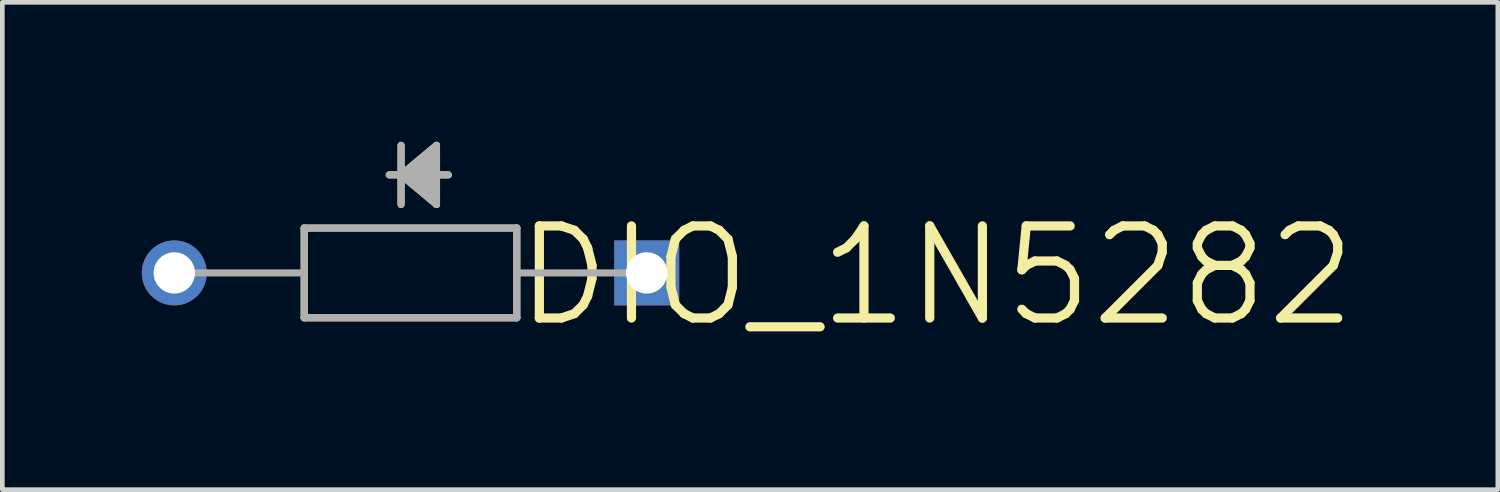
<source format=kicad_pcb>
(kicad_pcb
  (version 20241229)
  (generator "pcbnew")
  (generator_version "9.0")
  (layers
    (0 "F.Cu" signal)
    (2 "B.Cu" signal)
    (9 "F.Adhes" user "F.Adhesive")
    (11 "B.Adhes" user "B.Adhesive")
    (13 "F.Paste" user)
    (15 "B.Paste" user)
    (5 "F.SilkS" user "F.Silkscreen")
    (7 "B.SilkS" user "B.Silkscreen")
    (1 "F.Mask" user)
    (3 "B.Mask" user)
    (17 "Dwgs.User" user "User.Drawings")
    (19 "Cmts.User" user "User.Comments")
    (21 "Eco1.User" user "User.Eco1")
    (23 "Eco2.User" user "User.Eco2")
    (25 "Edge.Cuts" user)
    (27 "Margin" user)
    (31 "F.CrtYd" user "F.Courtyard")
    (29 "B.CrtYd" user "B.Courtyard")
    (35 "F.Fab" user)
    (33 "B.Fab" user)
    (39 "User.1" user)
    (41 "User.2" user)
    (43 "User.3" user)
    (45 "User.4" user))
  (footprint "DIO_1N5282"
    (layer "F.Cu")
    (at 10.858 2.819)
    (property "Reference" "DIO_1N5282" (at -2.911 1.223 180) (layer "F.SilkS") (effects (font (size 1.981 1.981) (thickness 0.198)) (justify left bottom)))
    (attr through_hole)
    (fp_line (start -7.366 -0.965) (end -7.366 0.965) (stroke (width 0.152) (type solid)) (layer "F.SilkS"))
    (fp_line (start -7.366 0.965) (end -2.794 0.965) (stroke (width 0.152) (type solid)) (layer "F.SilkS"))
    (fp_line (start -5.283 -2.743) (end -5.283 -2.108) (stroke (width 0.152) (type solid)) (layer "F.SilkS"))
    (fp_line (start -5.283 -2.108) (end -5.537 -2.108) (stroke (width 0.152) (type solid)) (layer "F.SilkS"))
    (fp_line (start -5.283 -2.108) (end -5.283 -1.473) (stroke (width 0.152) (type solid)) (layer "F.SilkS"))
    (fp_line (start -5.283 -2.108) (end -4.521 -2.743) (stroke (width 0.152) (type solid)) (layer "F.SilkS"))
    (fp_line (start -5.283 -2.108) (end -4.521 -2.616) (stroke (width 0.152) (type solid)) (layer "F.SilkS"))
    (fp_line (start -5.283 -2.108) (end -4.521 -2.489) (stroke (width 0.152) (type solid)) (layer "F.SilkS"))
    (fp_line (start -5.283 -2.108) (end -4.521 -2.362) (stroke (width 0.152) (type solid)) (layer "F.SilkS"))
    (fp_line (start -5.283 -2.108) (end -4.521 -2.235) (stroke (width 0.152) (type solid)) (layer "F.SilkS"))
    (fp_line (start -5.283 -2.108) (end -4.521 -1.981) (stroke (width 0.152) (type solid)) (layer "F.SilkS"))
    (fp_line (start -5.283 -2.108) (end -4.521 -1.854) (stroke (width 0.152) (type solid)) (layer "F.SilkS"))
    (fp_line (start -5.283 -2.108) (end -4.521 -1.727) (stroke (width 0.152) (type solid)) (layer "F.SilkS"))
    (fp_line (start -5.283 -2.108) (end -4.521 -1.6) (stroke (width 0.152) (type solid)) (layer "F.SilkS"))
    (fp_line (start -5.283 -2.108) (end -4.521 -1.473) (stroke (width 0.152) (type solid)) (layer "F.SilkS"))
    (fp_line (start -4.521 -2.743) (end -4.521 -1.473) (stroke (width 0.152) (type solid)) (layer "F.SilkS"))
    (fp_line (start -4.267 -2.108) (end -5.283 -2.108) (stroke (width 0.152) (type solid)) (layer "F.SilkS"))
    (fp_line (start -2.794 -0.965) (end -7.366 -0.965) (stroke (width 0.152) (type solid)) (layer "F.SilkS"))
    (fp_line (start -2.794 0.965) (end -2.794 -0.965) (stroke (width 0.152) (type solid)) (layer "F.SilkS"))
    (fp_line (start -10.16 0) (end -7.366 0) (stroke (width 0.152) (type solid)) (layer "F.Fab"))
    (fp_line (start -7.366 -0.965) (end -7.366 0.965) (stroke (width 0.152) (type solid)) (layer "F.Fab"))
    (fp_line (start -7.366 0.965) (end -2.794 0.965) (stroke (width 0.152) (type solid)) (layer "F.Fab"))
    (fp_line (start -5.283 -2.743) (end -5.283 -2.108) (stroke (width 0.152) (type solid)) (layer "F.Fab"))
    (fp_line (start -5.283 -2.108) (end -5.537 -2.108) (stroke (width 0.152) (type solid)) (layer "F.Fab"))
    (fp_line (start -5.283 -2.108) (end -5.283 -1.473) (stroke (width 0.152) (type solid)) (layer "F.Fab"))
    (fp_line (start -5.283 -2.108) (end -4.521 -2.743) (stroke (width 0.152) (type solid)) (layer "F.Fab"))
    (fp_line (start -5.283 -2.108) (end -4.521 -2.616) (stroke (width 0.152) (type solid)) (layer "F.Fab"))
    (fp_line (start -5.283 -2.108) (end -4.521 -2.489) (stroke (width 0.152) (type solid)) (layer "F.Fab"))
    (fp_line (start -5.283 -2.108) (end -4.521 -2.362) (stroke (width 0.152) (type solid)) (layer "F.Fab"))
    (fp_line (start -5.283 -2.108) (end -4.521 -2.235) (stroke (width 0.152) (type solid)) (layer "F.Fab"))
    (fp_line (start -5.283 -2.108) (end -4.521 -1.981) (stroke (width 0.152) (type solid)) (layer "F.Fab"))
    (fp_line (start -5.283 -2.108) (end -4.521 -1.854) (stroke (width 0.152) (type solid)) (layer "F.Fab"))
    (fp_line (start -5.283 -2.108) (end -4.521 -1.727) (stroke (width 0.152) (type solid)) (layer "F.Fab"))
    (fp_line (start -5.283 -2.108) (end -4.521 -1.6) (stroke (width 0.152) (type solid)) (layer "F.Fab"))
    (fp_line (start -5.283 -2.108) (end -4.521 -1.473) (stroke (width 0.152) (type solid)) (layer "F.Fab"))
    (fp_line (start -4.521 -2.743) (end -4.521 -1.473) (stroke (width 0.152) (type solid)) (layer "F.Fab"))
    (fp_line (start -4.267 -2.108) (end -5.283 -2.108) (stroke (width 0.152) (type solid)) (layer "F.Fab"))
    (fp_line (start -2.794 -0.965) (end -7.366 -0.965) (stroke (width 0.152) (type solid)) (layer "F.Fab"))
    (fp_line (start -2.794 0.965) (end -2.794 -0.965) (stroke (width 0.152) (type solid)) (layer "F.Fab"))
    (fp_line (start 0 0) (end -2.794 0) (stroke (width 0.152) (type solid)) (layer "F.Fab"))
    (pad "1" thru_hole circle (at -10.16 0) (size 1.397 1.397) (drill 0.889) (layers "*.Cu" "*.Mask"))
    (pad "2" thru_hole rect (at 0 0 180) (size 1.397 1.397) (drill 0.889) (layers "*.Cu" "*.Mask")))
  (gr_rect
    (start -3 -3)
    (end 29.161 7.48)
    (stroke (width 0.1) (type default))
    (fill no)
    (layer "Edge.Cuts")))
</source>
